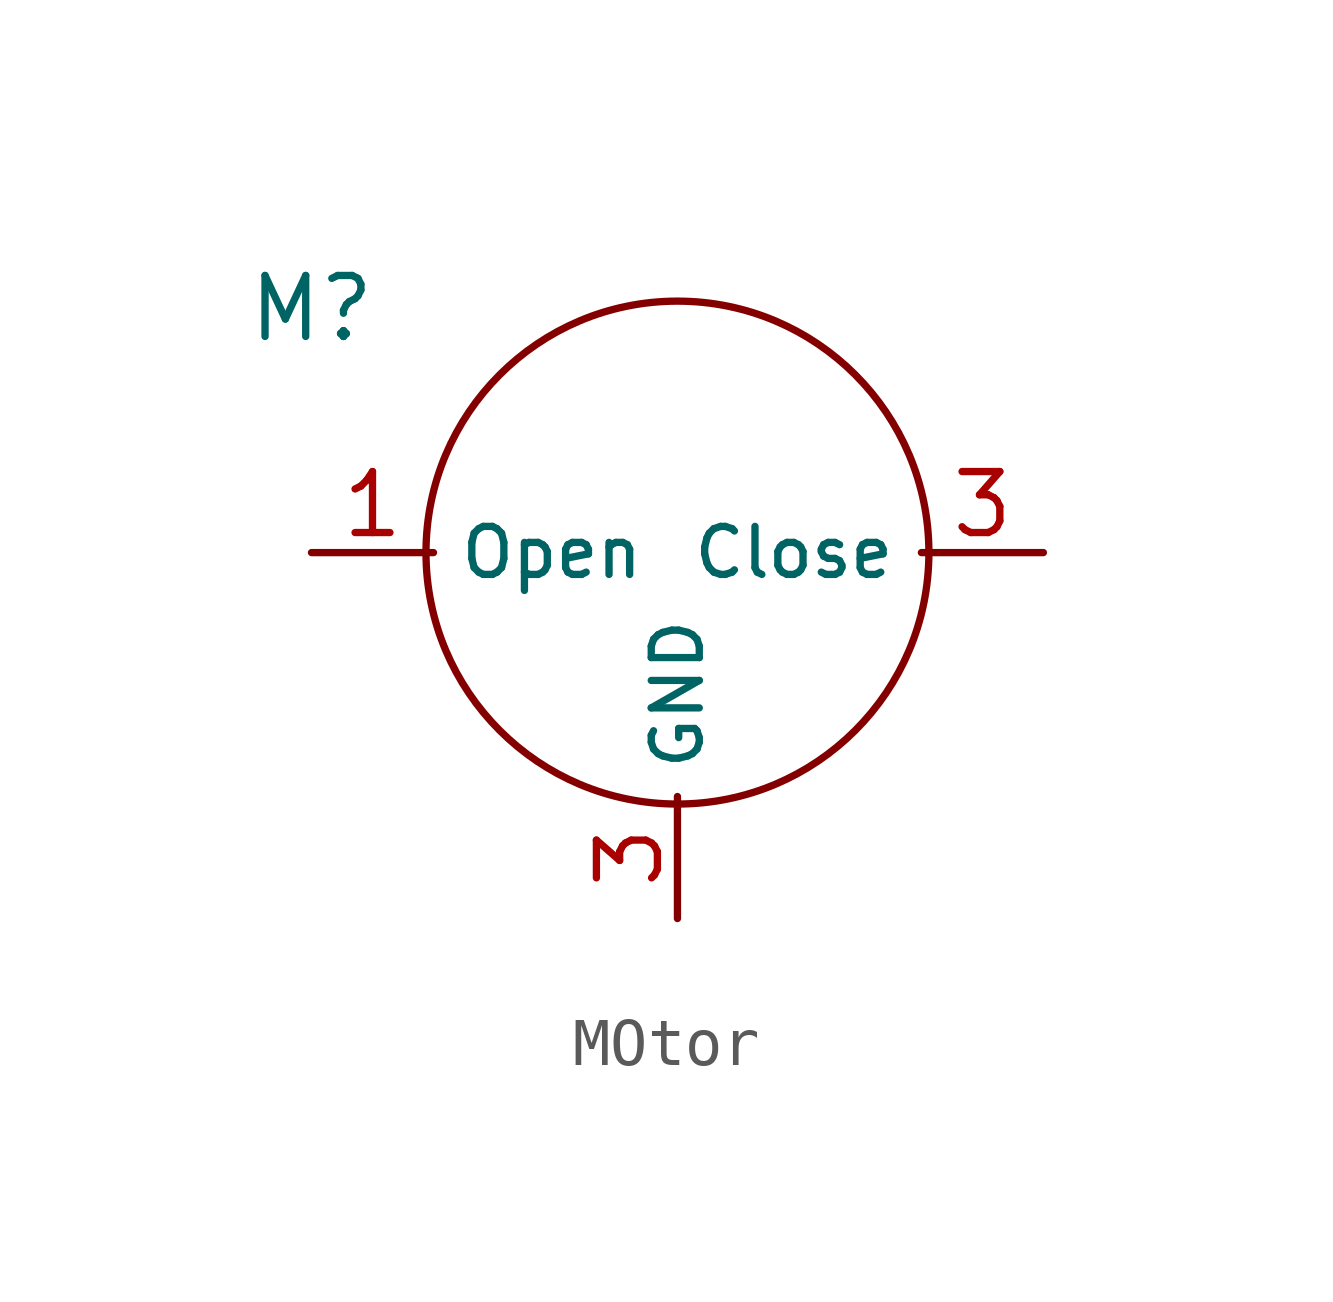
<source format=kicad_sym>
(kicad_symbol_lib
  (version 20220914)
  (generator kicad_symbol_editor)
  (symbol "MOtor"
    (property "Reference" "M"
      (at -7.62 5.08 0)
      (effects (font (size 1.27 1.27))))
    (property "Value" ""
      (at 0 0 0)
      (effects (font (size 1.27 1.27))))
    (symbol "MOtor_0_1"
      (circle (center 0 0) (radius 5.236) (stroke (width 0) (type default)) (fill (type none))))
    (symbol "MOtor_1_1"
      (pin input line (at -7.62 0 0) (length 2.54) (name "Open" (effects (font (size 1 1)))) (number "1" (effects (font (size 1.27 1.27)))))
      (pin input line (at 7.62 0 180) (length 2.54) (name "Close" (effects (font (size 1 1)))) (number "3" (effects (font (size 1.27 1.27)))))
      (pin input line (at 0 -7.62 90) (length 2.54) (name "GND" (effects (font (size 1 1)))) (number "3" (effects (font (size 1.27 1.27))))))))
</source>
